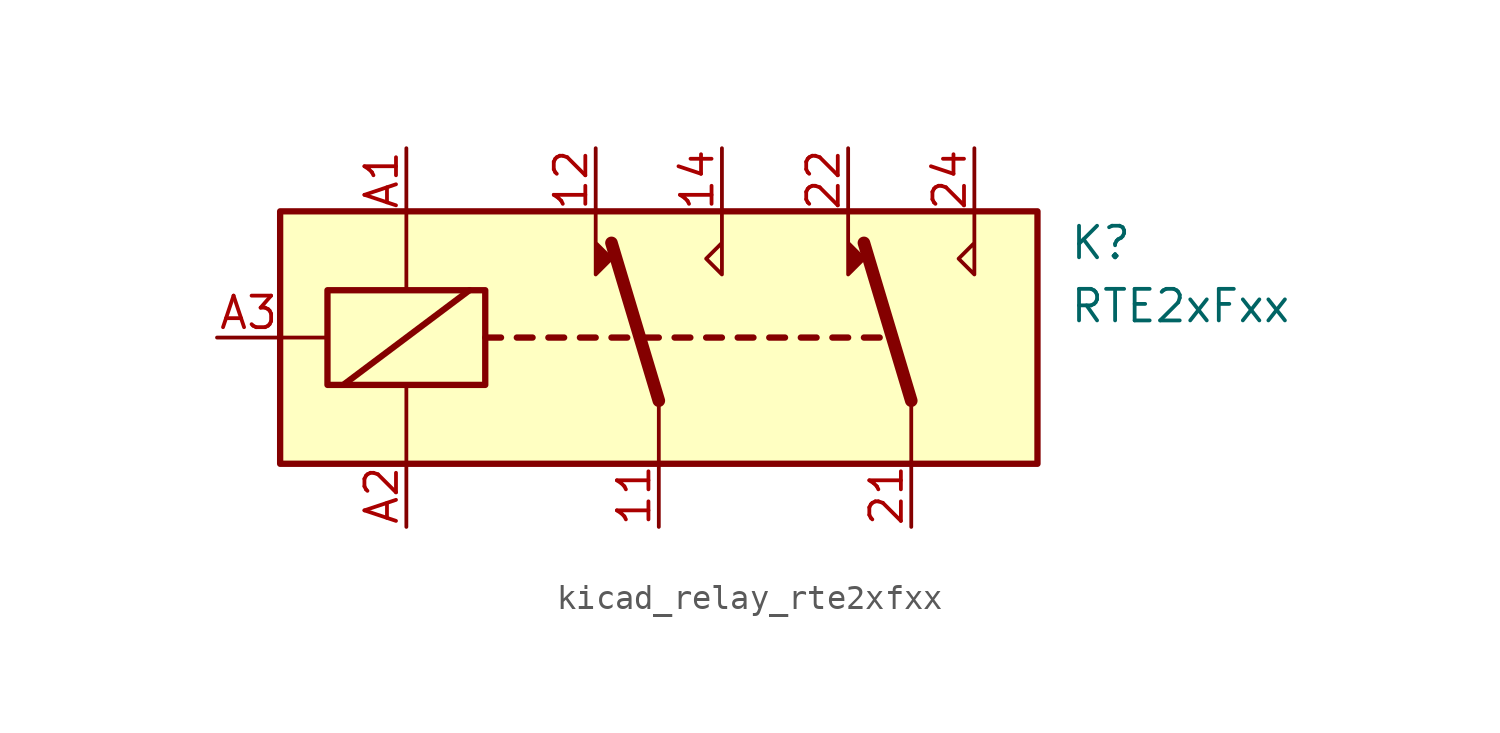
<source format=kicad_sym>
(kicad_symbol_lib
  (version 20220914)
  (generator kicad_symbol_editor)
  (symbol "kicad_relay_rte2xfxx"
    (property "Reference" "K"
      (at 16.51 3.81 0)
      (effects (font (size 1.27 1.27)) (justify left)))
    (property "Value" "RTE2xFxx"
      (at 16.51 1.27 0)
      (effects (font (size 1.27 1.27)) (justify left)))
    (symbol "kicad_relay_rte2xfxx_0_0"
      (polyline (pts (xy -7.62 1.905) (xy -12.7 -1.905)) (stroke (width 0.254) (type default)) (fill (type none))))
    (symbol "kicad_relay_rte2xfxx_0_1"
      (rectangle (start -15.24 0) (end -13.335 0) (stroke (width 0) (type default)) (fill (type none)))
      (rectangle (start -15.24 5.08) (end 15.24 -5.08) (stroke (width 0.254) (type default)) (fill (type background)))
      (rectangle (start -13.335 1.905) (end -6.985 -1.905) (stroke (width 0.254) (type default)) (fill (type none)))
      (polyline (pts (xy -10.16 -5.08) (xy -10.16 -1.905)) (stroke (width 0) (type default)) (fill (type none)))
      (polyline (pts (xy -10.16 5.08) (xy -10.16 1.905)) (stroke (width 0) (type default)) (fill (type none)))
      (polyline (pts (xy -6.985 0) (xy -6.35 0)) (stroke (width 0.254) (type default)) (fill (type none)))
      (polyline (pts (xy -5.715 0) (xy -5.08 0)) (stroke (width 0.254) (type default)) (fill (type none)))
      (polyline (pts (xy -4.445 0) (xy -3.81 0)) (stroke (width 0.254) (type default)) (fill (type none)))
      (polyline (pts (xy -3.175 0) (xy -2.54 0)) (stroke (width 0.254) (type default)) (fill (type none)))
      (polyline (pts (xy -1.905 0) (xy -1.27 0)) (stroke (width 0.254) (type default)) (fill (type none)))
      (polyline (pts (xy -0.635 0) (xy 0 0)) (stroke (width 0.254) (type default)) (fill (type none)))
      (polyline (pts (xy 0 -2.54) (xy -1.905 3.81)) (stroke (width 0.508) (type default)) (fill (type none)))
      (polyline (pts (xy 0 -2.54) (xy 0 -5.08)) (stroke (width 0) (type default)) (fill (type none)))
      (polyline (pts (xy 0.635 0) (xy 1.27 0)) (stroke (width 0.254) (type default)) (fill (type none)))
      (polyline (pts (xy 1.905 0) (xy 2.54 0)) (stroke (width 0.254) (type default)) (fill (type none)))
      (polyline (pts (xy 3.175 0) (xy 3.81 0)) (stroke (width 0.254) (type default)) (fill (type none)))
      (polyline (pts (xy 4.445 0) (xy 5.08 0)) (stroke (width 0.254) (type default)) (fill (type none)))
      (polyline (pts (xy 5.715 0) (xy 6.35 0)) (stroke (width 0.254) (type default)) (fill (type none)))
      (polyline (pts (xy 6.985 0) (xy 7.62 0)) (stroke (width 0.254) (type default)) (fill (type none)))
      (polyline (pts (xy 8.255 0) (xy 8.89 0)) (stroke (width 0.254) (type default)) (fill (type none)))
      (polyline (pts (xy 10.16 -2.54) (xy 8.255 3.81)) (stroke (width 0.508) (type default)) (fill (type none)))
      (polyline (pts (xy 10.16 -2.54) (xy 10.16 -5.08)) (stroke (width 0) (type default)) (fill (type none)))
      (polyline (pts (xy -2.54 5.08) (xy -2.54 2.54) (xy -1.905 3.175) (xy -2.54 3.81)) (stroke (width 0) (type default)) (fill (type outline)))
      (polyline (pts (xy 2.54 5.08) (xy 2.54 2.54) (xy 1.905 3.175) (xy 2.54 3.81)) (stroke (width 0) (type default)) (fill (type none)))
      (polyline (pts (xy 7.62 5.08) (xy 7.62 2.54) (xy 8.255 3.175) (xy 7.62 3.81)) (stroke (width 0) (type default)) (fill (type outline)))
      (polyline (pts (xy 12.7 5.08) (xy 12.7 2.54) (xy 12.065 3.175) (xy 12.7 3.81)) (stroke (width 0) (type default)) (fill (type none))))
    (symbol "kicad_relay_rte2xfxx_1_1"
      (pin passive line (at 0 -7.62 90) (length 2.54) (name "~" (effects (font (size 1.27 1.27)))) (number "11" (effects (font (size 1.27 1.27)))))
      (pin passive line (at -2.54 7.62 270) (length 2.54) (name "~" (effects (font (size 1.27 1.27)))) (number "12" (effects (font (size 1.27 1.27)))))
      (pin passive line (at 2.54 7.62 270) (length 2.54) (name "~" (effects (font (size 1.27 1.27)))) (number "14" (effects (font (size 1.27 1.27)))))
      (pin passive line (at 10.16 -7.62 90) (length 2.54) (name "~" (effects (font (size 1.27 1.27)))) (number "21" (effects (font (size 1.27 1.27)))))
      (pin passive line (at 7.62 7.62 270) (length 2.54) (name "~" (effects (font (size 1.27 1.27)))) (number "22" (effects (font (size 1.27 1.27)))))
      (pin passive line (at 12.7 7.62 270) (length 2.54) (name "~" (effects (font (size 1.27 1.27)))) (number "24" (effects (font (size 1.27 1.27)))))
      (pin passive line (at -10.16 7.62 270) (length 2.54) (name "~" (effects (font (size 1.27 1.27)))) (number "A1" (effects (font (size 1.27 1.27)))))
      (pin passive line (at -10.16 -7.62 90) (length 2.54) (name "~" (effects (font (size 1.27 1.27)))) (number "A2" (effects (font (size 1.27 1.27)))))
      (pin passive line (at -17.78 0 0) (length 2.54) (name "~" (effects (font (size 1.27 1.27)))) (number "A3" (effects (font (size 1.27 1.27))))))))
</source>
